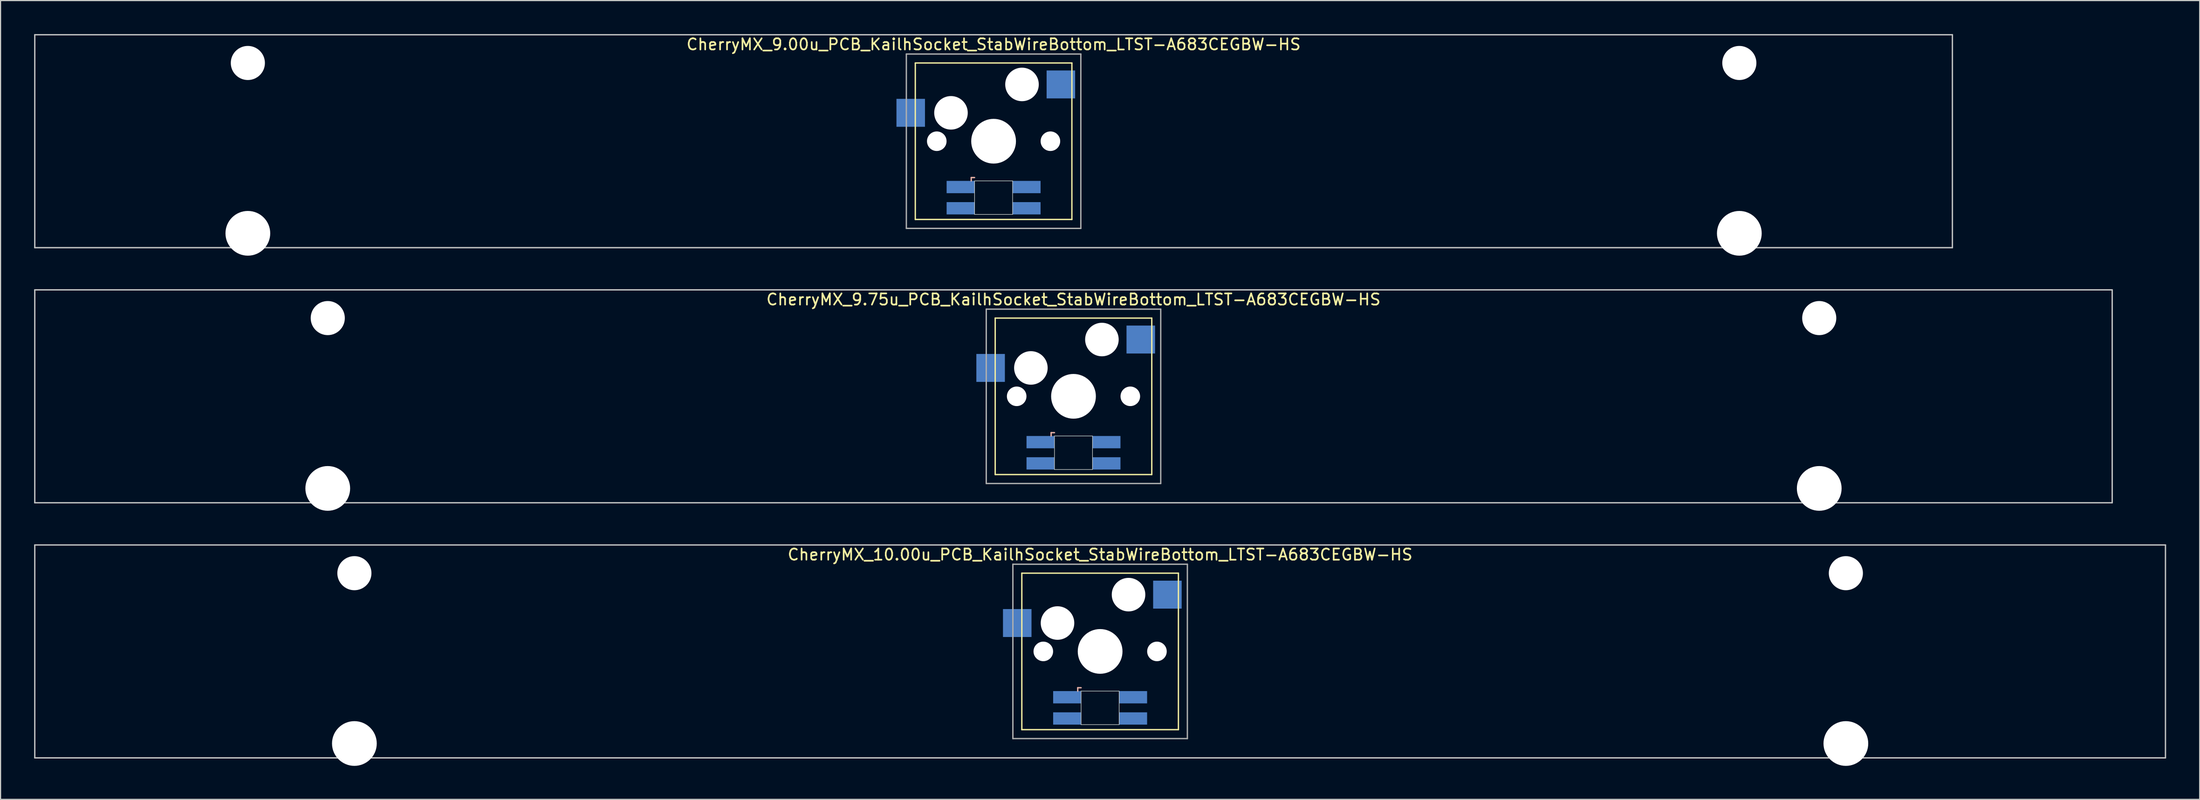
<source format=kicad_pcb>
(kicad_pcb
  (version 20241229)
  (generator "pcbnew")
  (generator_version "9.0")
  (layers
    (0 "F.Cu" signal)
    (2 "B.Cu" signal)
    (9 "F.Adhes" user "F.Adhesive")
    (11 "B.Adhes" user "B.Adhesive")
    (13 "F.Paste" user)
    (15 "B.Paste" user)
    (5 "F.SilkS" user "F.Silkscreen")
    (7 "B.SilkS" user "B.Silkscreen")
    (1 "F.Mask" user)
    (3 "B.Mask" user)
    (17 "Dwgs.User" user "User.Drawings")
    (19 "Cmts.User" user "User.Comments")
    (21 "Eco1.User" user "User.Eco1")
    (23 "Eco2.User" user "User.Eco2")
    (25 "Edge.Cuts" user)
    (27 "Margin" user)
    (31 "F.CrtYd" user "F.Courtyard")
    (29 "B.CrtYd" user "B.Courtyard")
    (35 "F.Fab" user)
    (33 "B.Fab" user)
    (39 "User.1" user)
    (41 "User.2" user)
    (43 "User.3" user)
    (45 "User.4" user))
  (footprint "CherryMX_10.00u_PCB_KailhSocket_StabWireBottom_LTST-A683CEGBW-HS"
    (layer "F.Cu")
    (at 95.31 55.235)
    (property "Reference" "CherryMX_10.00u_PCB_KailhSocket_StabWireBottom_LTST-A683CEGBW-HS" (at 0 -8.662 0) (layer "F.SilkS") (effects (font (size 1 1) (thickness 0.15))))
    (attr through_hole)
    (fp_line (start -7 -7) (end -7 7) (stroke (width 0.12) (type solid)) (layer "F.SilkS"))
    (fp_line (start -7 -7) (end 7 -7) (stroke (width 0.12) (type solid)) (layer "F.SilkS"))
    (fp_line (start 7 -7) (end 7 7) (stroke (width 0.12) (type solid)) (layer "F.SilkS"))
    (fp_line (start 7 7) (end -7 7) (stroke (width 0.12) (type solid)) (layer "F.SilkS"))
    (fp_line (start -2 3.25) (end -2 3.55) (stroke (width 0.12) (type solid)) (layer "B.SilkS"))
    (fp_line (start -1.7 3.25) (end -2 3.25) (stroke (width 0.12) (type solid)) (layer "B.SilkS"))
    (fp_line (start -95.25 -9.525) (end 95.25 -9.525) (stroke (width 0.12) (type solid)) (layer "Dwgs.User"))
    (fp_line (start -95.25 9.525) (end -95.25 -9.525) (stroke (width 0.12) (type solid)) (layer "Dwgs.User"))
    (fp_line (start 95.25 -9.525) (end 95.25 9.525) (stroke (width 0.12) (type solid)) (layer "Dwgs.User"))
    (fp_line (start 95.25 9.525) (end -95.25 9.525) (stroke (width 0.12) (type solid)) (layer "Dwgs.User"))
    (fp_line (start -1.7 3.55) (end 1.7 3.55) (stroke (width 0.05) (type solid)) (layer "Edge.Cuts"))
    (fp_line (start -1.7 6.55) (end -1.7 3.55) (stroke (width 0.05) (type solid)) (layer "Edge.Cuts"))
    (fp_line (start 1.7 3.55) (end 1.7 6.55) (stroke (width 0.05) (type solid)) (layer "Edge.Cuts"))
    (fp_line (start 1.7 6.55) (end -1.7 6.55) (stroke (width 0.05) (type solid)) (layer "Edge.Cuts"))
    (fp_line (start -7.8 -7.8) (end -7.8 7.8) (stroke (width 0.12) (type solid)) (layer "F.Fab"))
    (fp_line (start -7.8 -7.8) (end 7.8 -7.8) (stroke (width 0.12) (type solid)) (layer "F.Fab"))
    (fp_line (start -7.8 7.8) (end 7.8 7.8) (stroke (width 0.12) (type solid)) (layer "F.Fab"))
    (fp_line (start 7.8 -7.8) (end 7.8 7.8) (stroke (width 0.12) (type solid)) (layer "F.Fab"))
    (pad "" np_thru_hole circle (at -66.675 -7) (size 3.05 3.05) (drill 3.05) (layers "*.Cu" "*.Mask"))
    (pad "" np_thru_hole circle (at -66.675 8.24) (size 4 4) (drill 4) (layers "*.Cu" "*.Mask"))
    (pad "" np_thru_hole circle (at -5.08 0) (size 1.75 1.75) (drill 1.75) (layers "*.Cu" "*.Mask"))
    (pad "" np_thru_hole circle (at -3.81 -2.54) (size 3 3) (drill 3) (layers "*.Cu" "*.Mask"))
    (pad "" np_thru_hole circle (at 0 0) (size 4 4) (drill 4) (layers "*.Cu" "*.Mask"))
    (pad "" np_thru_hole circle (at 2.54 -5.08) (size 3 3) (drill 3) (layers "*.Cu" "*.Mask"))
    (pad "" np_thru_hole circle (at 5.08 0) (size 1.75 1.75) (drill 1.75) (layers "*.Cu" "*.Mask"))
    (pad "" np_thru_hole circle (at 66.675 -7) (size 3.05 3.05) (drill 3.05) (layers "*.Cu" "*.Mask"))
    (pad "" np_thru_hole circle (at 66.675 8.24) (size 4 4) (drill 4) (layers "*.Cu" "*.Mask"))
    (pad "1" smd rect (at -7.41 -2.54) (size 2.55 2.5) (layers "B.Cu" "B.Mask" "B.Paste"))
    (pad "2" smd rect (at 6.015 -5.08) (size 2.55 2.5) (layers "B.Cu" "B.Mask" "B.Paste"))
    (pad "3" smd rect (at -2.95 4.1) (size 2.5 1.1) (layers "B.Cu" "B.Mask" "B.Paste"))
    (pad "4" smd rect (at -2.95 6) (size 2.5 1.1) (layers "B.Cu" "B.Mask" "B.Paste"))
    (pad "5" smd rect (at 2.95 4.1) (size 2.5 1.1) (layers "B.Cu" "B.Mask" "B.Paste"))
    (pad "6" smd rect (at 2.95 6) (size 2.5 1.1) (layers "B.Cu" "B.Mask" "B.Paste")))
  (footprint "CherryMX_9.00u_PCB_KailhSocket_StabWireBottom_LTST-A683CEGBW-HS"
    (layer "F.Cu")
    (at 85.785 9.585)
    (property "Reference" "CherryMX_9.00u_PCB_KailhSocket_StabWireBottom_LTST-A683CEGBW-HS" (at 0 -8.662 0) (layer "F.SilkS") (effects (font (size 1 1) (thickness 0.15))))
    (attr through_hole)
    (fp_line (start -7 -7) (end -7 7) (stroke (width 0.12) (type solid)) (layer "F.SilkS"))
    (fp_line (start -7 -7) (end 7 -7) (stroke (width 0.12) (type solid)) (layer "F.SilkS"))
    (fp_line (start 7 -7) (end 7 7) (stroke (width 0.12) (type solid)) (layer "F.SilkS"))
    (fp_line (start 7 7) (end -7 7) (stroke (width 0.12) (type solid)) (layer "F.SilkS"))
    (fp_line (start -2 3.25) (end -2 3.55) (stroke (width 0.12) (type solid)) (layer "B.SilkS"))
    (fp_line (start -1.7 3.25) (end -2 3.25) (stroke (width 0.12) (type solid)) (layer "B.SilkS"))
    (fp_line (start -85.725 -9.525) (end 85.725 -9.525) (stroke (width 0.12) (type solid)) (layer "Dwgs.User"))
    (fp_line (start -85.725 9.525) (end -85.725 -9.525) (stroke (width 0.12) (type solid)) (layer "Dwgs.User"))
    (fp_line (start 85.725 -9.525) (end 85.725 9.525) (stroke (width 0.12) (type solid)) (layer "Dwgs.User"))
    (fp_line (start 85.725 9.525) (end -85.725 9.525) (stroke (width 0.12) (type solid)) (layer "Dwgs.User"))
    (fp_line (start -1.7 3.55) (end 1.7 3.55) (stroke (width 0.05) (type solid)) (layer "Edge.Cuts"))
    (fp_line (start -1.7 6.55) (end -1.7 3.55) (stroke (width 0.05) (type solid)) (layer "Edge.Cuts"))
    (fp_line (start 1.7 3.55) (end 1.7 6.55) (stroke (width 0.05) (type solid)) (layer "Edge.Cuts"))
    (fp_line (start 1.7 6.55) (end -1.7 6.55) (stroke (width 0.05) (type solid)) (layer "Edge.Cuts"))
    (fp_line (start -7.8 -7.8) (end -7.8 7.8) (stroke (width 0.12) (type solid)) (layer "F.Fab"))
    (fp_line (start -7.8 -7.8) (end 7.8 -7.8) (stroke (width 0.12) (type solid)) (layer "F.Fab"))
    (fp_line (start -7.8 7.8) (end 7.8 7.8) (stroke (width 0.12) (type solid)) (layer "F.Fab"))
    (fp_line (start 7.8 -7.8) (end 7.8 7.8) (stroke (width 0.12) (type solid)) (layer "F.Fab"))
    (pad "" np_thru_hole circle (at -66.675 -7) (size 3.05 3.05) (drill 3.05) (layers "*.Cu" "*.Mask"))
    (pad "" np_thru_hole circle (at -66.675 8.24) (size 4 4) (drill 4) (layers "*.Cu" "*.Mask"))
    (pad "" np_thru_hole circle (at -5.08 0) (size 1.75 1.75) (drill 1.75) (layers "*.Cu" "*.Mask"))
    (pad "" np_thru_hole circle (at -3.81 -2.54) (size 3 3) (drill 3) (layers "*.Cu" "*.Mask"))
    (pad "" np_thru_hole circle (at 0 0) (size 4 4) (drill 4) (layers "*.Cu" "*.Mask"))
    (pad "" np_thru_hole circle (at 2.54 -5.08) (size 3 3) (drill 3) (layers "*.Cu" "*.Mask"))
    (pad "" np_thru_hole circle (at 5.08 0) (size 1.75 1.75) (drill 1.75) (layers "*.Cu" "*.Mask"))
    (pad "" np_thru_hole circle (at 66.675 -7) (size 3.05 3.05) (drill 3.05) (layers "*.Cu" "*.Mask"))
    (pad "" np_thru_hole circle (at 66.675 8.24) (size 4 4) (drill 4) (layers "*.Cu" "*.Mask"))
    (pad "1" smd rect (at -7.41 -2.54) (size 2.55 2.5) (layers "B.Cu" "B.Mask" "B.Paste"))
    (pad "2" smd rect (at 6.015 -5.08) (size 2.55 2.5) (layers "B.Cu" "B.Mask" "B.Paste"))
    (pad "3" smd rect (at -2.95 4.1) (size 2.5 1.1) (layers "B.Cu" "B.Mask" "B.Paste"))
    (pad "4" smd rect (at -2.95 6) (size 2.5 1.1) (layers "B.Cu" "B.Mask" "B.Paste"))
    (pad "5" smd rect (at 2.95 4.1) (size 2.5 1.1) (layers "B.Cu" "B.Mask" "B.Paste"))
    (pad "6" smd rect (at 2.95 6) (size 2.5 1.1) (layers "B.Cu" "B.Mask" "B.Paste")))
  (footprint "CherryMX_9.75u_PCB_KailhSocket_StabWireBottom_LTST-A683CEGBW-HS"
    (layer "F.Cu")
    (at 92.929 32.41)
    (property "Reference" "CherryMX_9.75u_PCB_KailhSocket_StabWireBottom_LTST-A683CEGBW-HS" (at 0 -8.662 0) (layer "F.SilkS") (effects (font (size 1 1) (thickness 0.15))))
    (attr through_hole)
    (fp_line (start -7 -7) (end -7 7) (stroke (width 0.12) (type solid)) (layer "F.SilkS"))
    (fp_line (start -7 -7) (end 7 -7) (stroke (width 0.12) (type solid)) (layer "F.SilkS"))
    (fp_line (start 7 -7) (end 7 7) (stroke (width 0.12) (type solid)) (layer "F.SilkS"))
    (fp_line (start 7 7) (end -7 7) (stroke (width 0.12) (type solid)) (layer "F.SilkS"))
    (fp_line (start -2 3.25) (end -2 3.55) (stroke (width 0.12) (type solid)) (layer "B.SilkS"))
    (fp_line (start -1.7 3.25) (end -2 3.25) (stroke (width 0.12) (type solid)) (layer "B.SilkS"))
    (fp_line (start -92.869 -9.525) (end 92.869 -9.525) (stroke (width 0.12) (type solid)) (layer "Dwgs.User"))
    (fp_line (start -92.869 9.525) (end -92.869 -9.525) (stroke (width 0.12) (type solid)) (layer "Dwgs.User"))
    (fp_line (start 92.869 -9.525) (end 92.869 9.525) (stroke (width 0.12) (type solid)) (layer "Dwgs.User"))
    (fp_line (start 92.869 9.525) (end -92.869 9.525) (stroke (width 0.12) (type solid)) (layer "Dwgs.User"))
    (fp_line (start -1.7 3.55) (end 1.7 3.55) (stroke (width 0.05) (type solid)) (layer "Edge.Cuts"))
    (fp_line (start -1.7 6.55) (end -1.7 3.55) (stroke (width 0.05) (type solid)) (layer "Edge.Cuts"))
    (fp_line (start 1.7 3.55) (end 1.7 6.55) (stroke (width 0.05) (type solid)) (layer "Edge.Cuts"))
    (fp_line (start 1.7 6.55) (end -1.7 6.55) (stroke (width 0.05) (type solid)) (layer "Edge.Cuts"))
    (fp_line (start -7.8 -7.8) (end -7.8 7.8) (stroke (width 0.12) (type solid)) (layer "F.Fab"))
    (fp_line (start -7.8 -7.8) (end 7.8 -7.8) (stroke (width 0.12) (type solid)) (layer "F.Fab"))
    (fp_line (start -7.8 7.8) (end 7.8 7.8) (stroke (width 0.12) (type solid)) (layer "F.Fab"))
    (fp_line (start 7.8 -7.8) (end 7.8 7.8) (stroke (width 0.12) (type solid)) (layer "F.Fab"))
    (pad "" np_thru_hole circle (at -66.675 -7) (size 3.05 3.05) (drill 3.05) (layers "*.Cu" "*.Mask"))
    (pad "" np_thru_hole circle (at -66.675 8.24) (size 4 4) (drill 4) (layers "*.Cu" "*.Mask"))
    (pad "" np_thru_hole circle (at -5.08 0) (size 1.75 1.75) (drill 1.75) (layers "*.Cu" "*.Mask"))
    (pad "" np_thru_hole circle (at -3.81 -2.54) (size 3 3) (drill 3) (layers "*.Cu" "*.Mask"))
    (pad "" np_thru_hole circle (at 0 0) (size 4 4) (drill 4) (layers "*.Cu" "*.Mask"))
    (pad "" np_thru_hole circle (at 2.54 -5.08) (size 3 3) (drill 3) (layers "*.Cu" "*.Mask"))
    (pad "" np_thru_hole circle (at 5.08 0) (size 1.75 1.75) (drill 1.75) (layers "*.Cu" "*.Mask"))
    (pad "" np_thru_hole circle (at 66.675 -7) (size 3.05 3.05) (drill 3.05) (layers "*.Cu" "*.Mask"))
    (pad "" np_thru_hole circle (at 66.675 8.24) (size 4 4) (drill 4) (layers "*.Cu" "*.Mask"))
    (pad "1" smd rect (at -7.41 -2.54) (size 2.55 2.5) (layers "B.Cu" "B.Mask" "B.Paste"))
    (pad "2" smd rect (at 6.015 -5.08) (size 2.55 2.5) (layers "B.Cu" "B.Mask" "B.Paste"))
    (pad "3" smd rect (at -2.95 4.1) (size 2.5 1.1) (layers "B.Cu" "B.Mask" "B.Paste"))
    (pad "4" smd rect (at -2.95 6) (size 2.5 1.1) (layers "B.Cu" "B.Mask" "B.Paste"))
    (pad "5" smd rect (at 2.95 4.1) (size 2.5 1.1) (layers "B.Cu" "B.Mask" "B.Paste"))
    (pad "6" smd rect (at 2.95 6) (size 2.5 1.1) (layers "B.Cu" "B.Mask" "B.Paste")))
  (gr_rect
    (start -3 -3)
    (end 193.62 68.475)
    (stroke (width 0.1) (type default))
    (fill no)
    (layer "Edge.Cuts")))
</source>
